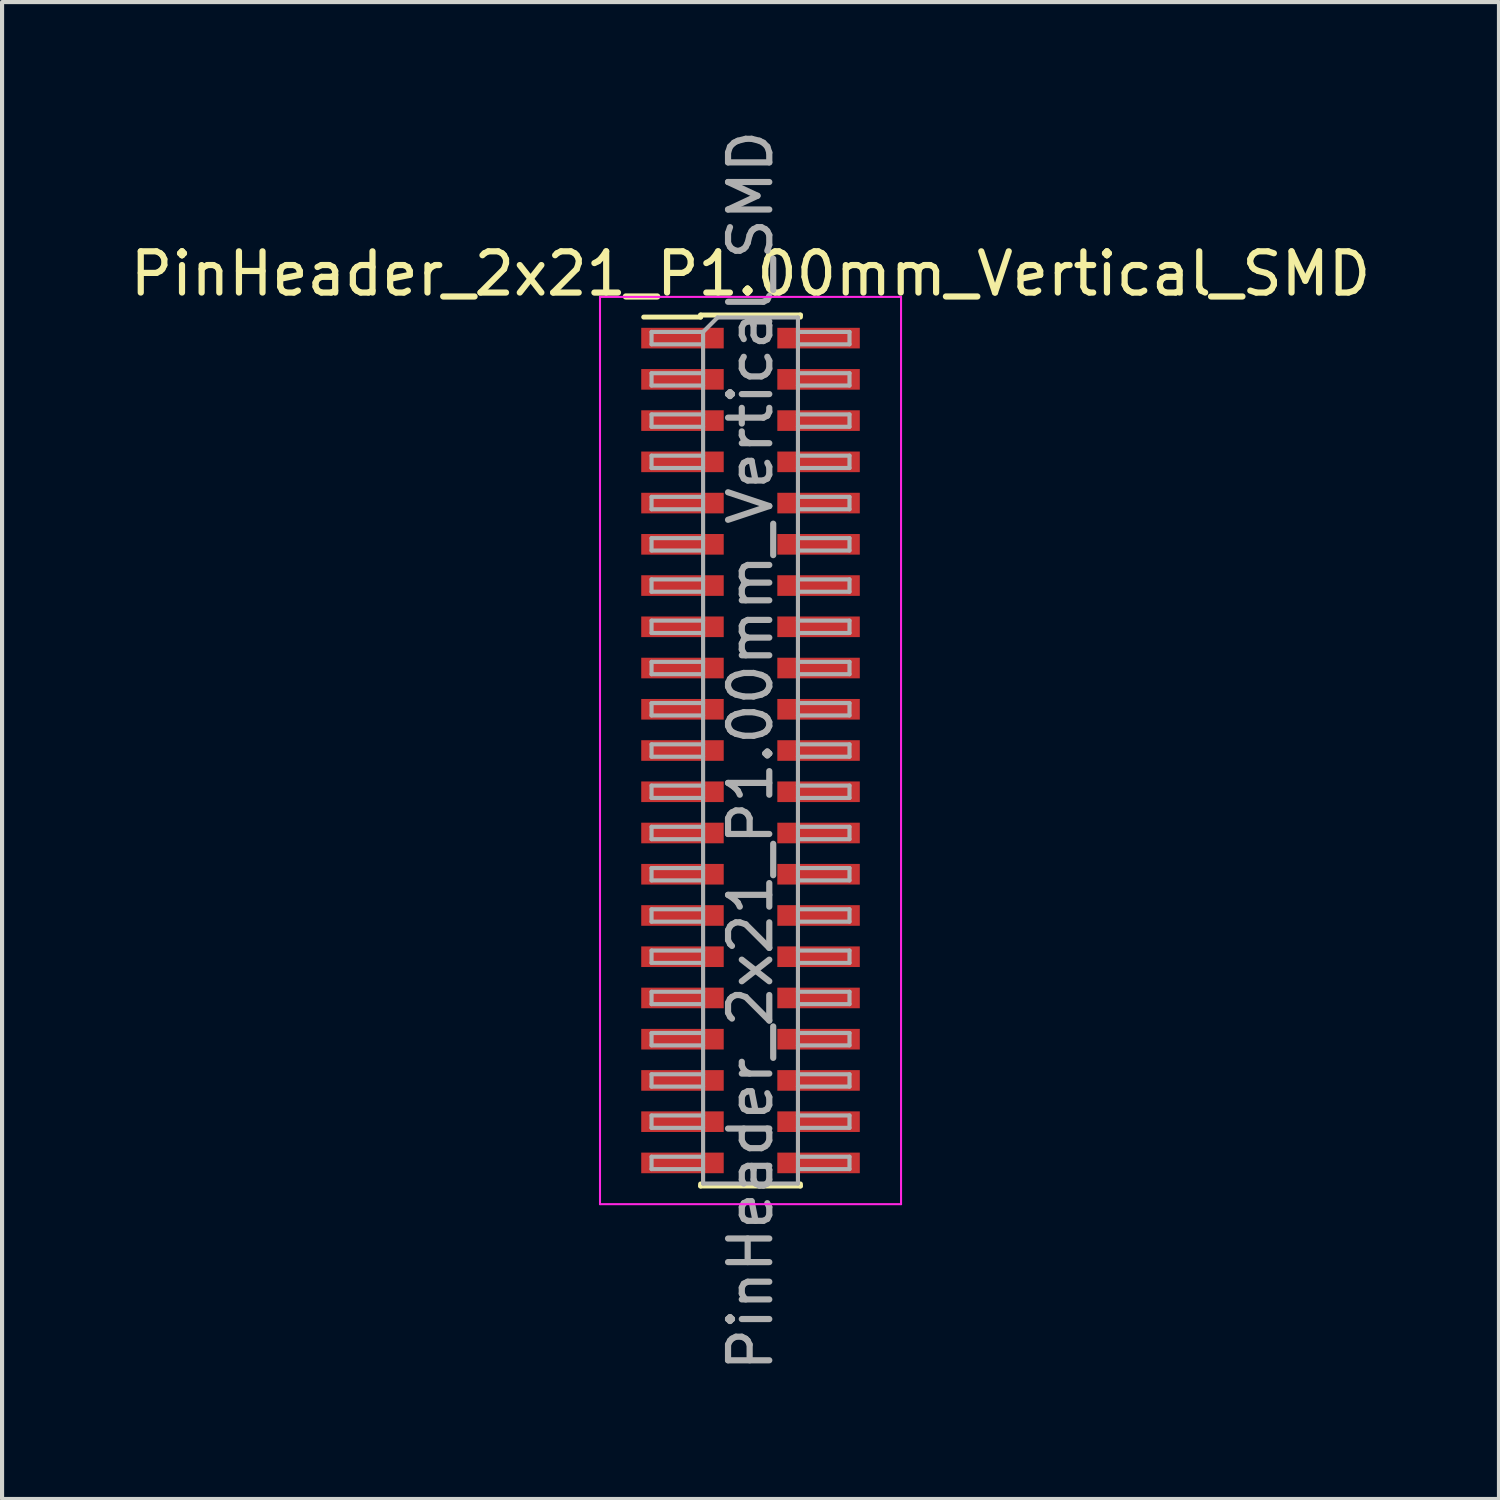
<source format=kicad_pcb>
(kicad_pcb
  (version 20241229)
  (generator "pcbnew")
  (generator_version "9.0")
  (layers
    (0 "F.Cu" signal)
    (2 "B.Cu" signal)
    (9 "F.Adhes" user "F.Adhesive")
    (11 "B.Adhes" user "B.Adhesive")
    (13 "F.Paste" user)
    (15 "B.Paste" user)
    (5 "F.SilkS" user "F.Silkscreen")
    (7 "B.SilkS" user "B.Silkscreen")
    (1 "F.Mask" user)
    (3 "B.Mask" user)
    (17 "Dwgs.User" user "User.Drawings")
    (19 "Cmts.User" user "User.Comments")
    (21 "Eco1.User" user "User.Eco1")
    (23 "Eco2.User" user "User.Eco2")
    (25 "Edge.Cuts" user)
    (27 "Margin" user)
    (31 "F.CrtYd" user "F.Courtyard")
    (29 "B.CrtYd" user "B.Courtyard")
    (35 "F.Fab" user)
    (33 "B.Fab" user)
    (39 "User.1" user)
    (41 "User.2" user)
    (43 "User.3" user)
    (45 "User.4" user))
  (footprint "PinHeader_2x21_P1.00mm_Vertical_SMD"
    (layer "F.Cu")
    (at 15.149 15.149)
    (property "Reference" "PinHeader_2x21_P1.00mm_Vertical_SMD" (at 0 -11.56 0) (layer "F.SilkS") (effects (font (size 1 1) (thickness 0.15))))
    (attr smd)
    (fp_line (start -2.59 -10.51) (end -1.21 -10.51) (stroke (width 0.12) (type solid)) (layer "F.SilkS"))
    (fp_line (start -1.21 -10.56) (end -1.21 -10.51) (stroke (width 0.12) (type solid)) (layer "F.SilkS"))
    (fp_line (start -1.21 -10.56) (end 1.21 -10.56) (stroke (width 0.12) (type solid)) (layer "F.SilkS"))
    (fp_line (start -1.21 10.51) (end -1.21 10.56) (stroke (width 0.12) (type solid)) (layer "F.SilkS"))
    (fp_line (start -1.21 10.56) (end 1.21 10.56) (stroke (width 0.12) (type solid)) (layer "F.SilkS"))
    (fp_line (start 1.21 -10.56) (end 1.21 -10.51) (stroke (width 0.12) (type solid)) (layer "F.SilkS"))
    (fp_line (start 1.21 10.51) (end 1.21 10.56) (stroke (width 0.12) (type solid)) (layer "F.SilkS"))
    (fp_line (start -3.65 -11) (end -3.65 11) (stroke (width 0.05) (type solid)) (layer "F.CrtYd"))
    (fp_line (start -3.65 11) (end 3.65 11) (stroke (width 0.05) (type solid)) (layer "F.CrtYd"))
    (fp_line (start 3.65 -11) (end -3.65 -11) (stroke (width 0.05) (type solid)) (layer "F.CrtYd"))
    (fp_line (start 3.65 11) (end 3.65 -11) (stroke (width 0.05) (type solid)) (layer "F.CrtYd"))
    (fp_line (start -2.4 -10.15) (end -2.4 -9.85) (stroke (width 0.1) (type solid)) (layer "F.Fab"))
    (fp_line (start -2.4 -9.85) (end -1.15 -9.85) (stroke (width 0.1) (type solid)) (layer "F.Fab"))
    (fp_line (start -2.4 -9.15) (end -2.4 -8.85) (stroke (width 0.1) (type solid)) (layer "F.Fab"))
    (fp_line (start -2.4 -8.85) (end -1.15 -8.85) (stroke (width 0.1) (type solid)) (layer "F.Fab"))
    (fp_line (start -2.4 -8.15) (end -2.4 -7.85) (stroke (width 0.1) (type solid)) (layer "F.Fab"))
    (fp_line (start -2.4 -7.85) (end -1.15 -7.85) (stroke (width 0.1) (type solid)) (layer "F.Fab"))
    (fp_line (start -2.4 -7.15) (end -2.4 -6.85) (stroke (width 0.1) (type solid)) (layer "F.Fab"))
    (fp_line (start -2.4 -6.85) (end -1.15 -6.85) (stroke (width 0.1) (type solid)) (layer "F.Fab"))
    (fp_line (start -2.4 -6.15) (end -2.4 -5.85) (stroke (width 0.1) (type solid)) (layer "F.Fab"))
    (fp_line (start -2.4 -5.85) (end -1.15 -5.85) (stroke (width 0.1) (type solid)) (layer "F.Fab"))
    (fp_line (start -2.4 -5.15) (end -2.4 -4.85) (stroke (width 0.1) (type solid)) (layer "F.Fab"))
    (fp_line (start -2.4 -4.85) (end -1.15 -4.85) (stroke (width 0.1) (type solid)) (layer "F.Fab"))
    (fp_line (start -2.4 -4.15) (end -2.4 -3.85) (stroke (width 0.1) (type solid)) (layer "F.Fab"))
    (fp_line (start -2.4 -3.85) (end -1.15 -3.85) (stroke (width 0.1) (type solid)) (layer "F.Fab"))
    (fp_line (start -2.4 -3.15) (end -2.4 -2.85) (stroke (width 0.1) (type solid)) (layer "F.Fab"))
    (fp_line (start -2.4 -2.85) (end -1.15 -2.85) (stroke (width 0.1) (type solid)) (layer "F.Fab"))
    (fp_line (start -2.4 -2.15) (end -2.4 -1.85) (stroke (width 0.1) (type solid)) (layer "F.Fab"))
    (fp_line (start -2.4 -1.85) (end -1.15 -1.85) (stroke (width 0.1) (type solid)) (layer "F.Fab"))
    (fp_line (start -2.4 -1.15) (end -2.4 -0.85) (stroke (width 0.1) (type solid)) (layer "F.Fab"))
    (fp_line (start -2.4 -0.85) (end -1.15 -0.85) (stroke (width 0.1) (type solid)) (layer "F.Fab"))
    (fp_line (start -2.4 -0.15) (end -2.4 0.15) (stroke (width 0.1) (type solid)) (layer "F.Fab"))
    (fp_line (start -2.4 0.15) (end -1.15 0.15) (stroke (width 0.1) (type solid)) (layer "F.Fab"))
    (fp_line (start -2.4 0.85) (end -2.4 1.15) (stroke (width 0.1) (type solid)) (layer "F.Fab"))
    (fp_line (start -2.4 1.15) (end -1.15 1.15) (stroke (width 0.1) (type solid)) (layer "F.Fab"))
    (fp_line (start -2.4 1.85) (end -2.4 2.15) (stroke (width 0.1) (type solid)) (layer "F.Fab"))
    (fp_line (start -2.4 2.15) (end -1.15 2.15) (stroke (width 0.1) (type solid)) (layer "F.Fab"))
    (fp_line (start -2.4 2.85) (end -2.4 3.15) (stroke (width 0.1) (type solid)) (layer "F.Fab"))
    (fp_line (start -2.4 3.15) (end -1.15 3.15) (stroke (width 0.1) (type solid)) (layer "F.Fab"))
    (fp_line (start -2.4 3.85) (end -2.4 4.15) (stroke (width 0.1) (type solid)) (layer "F.Fab"))
    (fp_line (start -2.4 4.15) (end -1.15 4.15) (stroke (width 0.1) (type solid)) (layer "F.Fab"))
    (fp_line (start -2.4 4.85) (end -2.4 5.15) (stroke (width 0.1) (type solid)) (layer "F.Fab"))
    (fp_line (start -2.4 5.15) (end -1.15 5.15) (stroke (width 0.1) (type solid)) (layer "F.Fab"))
    (fp_line (start -2.4 5.85) (end -2.4 6.15) (stroke (width 0.1) (type solid)) (layer "F.Fab"))
    (fp_line (start -2.4 6.15) (end -1.15 6.15) (stroke (width 0.1) (type solid)) (layer "F.Fab"))
    (fp_line (start -2.4 6.85) (end -2.4 7.15) (stroke (width 0.1) (type solid)) (layer "F.Fab"))
    (fp_line (start -2.4 7.15) (end -1.15 7.15) (stroke (width 0.1) (type solid)) (layer "F.Fab"))
    (fp_line (start -2.4 7.85) (end -2.4 8.15) (stroke (width 0.1) (type solid)) (layer "F.Fab"))
    (fp_line (start -2.4 8.15) (end -1.15 8.15) (stroke (width 0.1) (type solid)) (layer "F.Fab"))
    (fp_line (start -2.4 8.85) (end -2.4 9.15) (stroke (width 0.1) (type solid)) (layer "F.Fab"))
    (fp_line (start -2.4 9.15) (end -1.15 9.15) (stroke (width 0.1) (type solid)) (layer "F.Fab"))
    (fp_line (start -2.4 9.85) (end -2.4 10.15) (stroke (width 0.1) (type solid)) (layer "F.Fab"))
    (fp_line (start -2.4 10.15) (end -1.15 10.15) (stroke (width 0.1) (type solid)) (layer "F.Fab"))
    (fp_line (start -1.15 -10.15) (end -2.4 -10.15) (stroke (width 0.1) (type solid)) (layer "F.Fab"))
    (fp_line (start -1.15 -10.15) (end -0.8 -10.5) (stroke (width 0.1) (type solid)) (layer "F.Fab"))
    (fp_line (start -1.15 -9.15) (end -2.4 -9.15) (stroke (width 0.1) (type solid)) (layer "F.Fab"))
    (fp_line (start -1.15 -8.15) (end -2.4 -8.15) (stroke (width 0.1) (type solid)) (layer "F.Fab"))
    (fp_line (start -1.15 -7.15) (end -2.4 -7.15) (stroke (width 0.1) (type solid)) (layer "F.Fab"))
    (fp_line (start -1.15 -6.15) (end -2.4 -6.15) (stroke (width 0.1) (type solid)) (layer "F.Fab"))
    (fp_line (start -1.15 -5.15) (end -2.4 -5.15) (stroke (width 0.1) (type solid)) (layer "F.Fab"))
    (fp_line (start -1.15 -4.15) (end -2.4 -4.15) (stroke (width 0.1) (type solid)) (layer "F.Fab"))
    (fp_line (start -1.15 -3.15) (end -2.4 -3.15) (stroke (width 0.1) (type solid)) (layer "F.Fab"))
    (fp_line (start -1.15 -2.15) (end -2.4 -2.15) (stroke (width 0.1) (type solid)) (layer "F.Fab"))
    (fp_line (start -1.15 -1.15) (end -2.4 -1.15) (stroke (width 0.1) (type solid)) (layer "F.Fab"))
    (fp_line (start -1.15 -0.15) (end -2.4 -0.15) (stroke (width 0.1) (type solid)) (layer "F.Fab"))
    (fp_line (start -1.15 0.85) (end -2.4 0.85) (stroke (width 0.1) (type solid)) (layer "F.Fab"))
    (fp_line (start -1.15 1.85) (end -2.4 1.85) (stroke (width 0.1) (type solid)) (layer "F.Fab"))
    (fp_line (start -1.15 2.85) (end -2.4 2.85) (stroke (width 0.1) (type solid)) (layer "F.Fab"))
    (fp_line (start -1.15 3.85) (end -2.4 3.85) (stroke (width 0.1) (type solid)) (layer "F.Fab"))
    (fp_line (start -1.15 4.85) (end -2.4 4.85) (stroke (width 0.1) (type solid)) (layer "F.Fab"))
    (fp_line (start -1.15 5.85) (end -2.4 5.85) (stroke (width 0.1) (type solid)) (layer "F.Fab"))
    (fp_line (start -1.15 6.85) (end -2.4 6.85) (stroke (width 0.1) (type solid)) (layer "F.Fab"))
    (fp_line (start -1.15 7.85) (end -2.4 7.85) (stroke (width 0.1) (type solid)) (layer "F.Fab"))
    (fp_line (start -1.15 8.85) (end -2.4 8.85) (stroke (width 0.1) (type solid)) (layer "F.Fab"))
    (fp_line (start -1.15 9.85) (end -2.4 9.85) (stroke (width 0.1) (type solid)) (layer "F.Fab"))
    (fp_line (start -1.15 10.5) (end -1.15 -10.15) (stroke (width 0.1) (type solid)) (layer "F.Fab"))
    (fp_line (start -0.8 -10.5) (end 1.15 -10.5) (stroke (width 0.1) (type solid)) (layer "F.Fab"))
    (fp_line (start 1.15 -10.5) (end 1.15 10.5) (stroke (width 0.1) (type solid)) (layer "F.Fab"))
    (fp_line (start 1.15 -10.15) (end 2.4 -10.15) (stroke (width 0.1) (type solid)) (layer "F.Fab"))
    (fp_line (start 1.15 -9.15) (end 2.4 -9.15) (stroke (width 0.1) (type solid)) (layer "F.Fab"))
    (fp_line (start 1.15 -8.15) (end 2.4 -8.15) (stroke (width 0.1) (type solid)) (layer "F.Fab"))
    (fp_line (start 1.15 -7.15) (end 2.4 -7.15) (stroke (width 0.1) (type solid)) (layer "F.Fab"))
    (fp_line (start 1.15 -6.15) (end 2.4 -6.15) (stroke (width 0.1) (type solid)) (layer "F.Fab"))
    (fp_line (start 1.15 -5.15) (end 2.4 -5.15) (stroke (width 0.1) (type solid)) (layer "F.Fab"))
    (fp_line (start 1.15 -4.15) (end 2.4 -4.15) (stroke (width 0.1) (type solid)) (layer "F.Fab"))
    (fp_line (start 1.15 -3.15) (end 2.4 -3.15) (stroke (width 0.1) (type solid)) (layer "F.Fab"))
    (fp_line (start 1.15 -2.15) (end 2.4 -2.15) (stroke (width 0.1) (type solid)) (layer "F.Fab"))
    (fp_line (start 1.15 -1.15) (end 2.4 -1.15) (stroke (width 0.1) (type solid)) (layer "F.Fab"))
    (fp_line (start 1.15 -0.15) (end 2.4 -0.15) (stroke (width 0.1) (type solid)) (layer "F.Fab"))
    (fp_line (start 1.15 0.85) (end 2.4 0.85) (stroke (width 0.1) (type solid)) (layer "F.Fab"))
    (fp_line (start 1.15 1.85) (end 2.4 1.85) (stroke (width 0.1) (type solid)) (layer "F.Fab"))
    (fp_line (start 1.15 2.85) (end 2.4 2.85) (stroke (width 0.1) (type solid)) (layer "F.Fab"))
    (fp_line (start 1.15 3.85) (end 2.4 3.85) (stroke (width 0.1) (type solid)) (layer "F.Fab"))
    (fp_line (start 1.15 4.85) (end 2.4 4.85) (stroke (width 0.1) (type solid)) (layer "F.Fab"))
    (fp_line (start 1.15 5.85) (end 2.4 5.85) (stroke (width 0.1) (type solid)) (layer "F.Fab"))
    (fp_line (start 1.15 6.85) (end 2.4 6.85) (stroke (width 0.1) (type solid)) (layer "F.Fab"))
    (fp_line (start 1.15 7.85) (end 2.4 7.85) (stroke (width 0.1) (type solid)) (layer "F.Fab"))
    (fp_line (start 1.15 8.85) (end 2.4 8.85) (stroke (width 0.1) (type solid)) (layer "F.Fab"))
    (fp_line (start 1.15 9.85) (end 2.4 9.85) (stroke (width 0.1) (type solid)) (layer "F.Fab"))
    (fp_line (start 1.15 10.5) (end -1.15 10.5) (stroke (width 0.1) (type solid)) (layer "F.Fab"))
    (fp_line (start 2.4 -10.15) (end 2.4 -9.85) (stroke (width 0.1) (type solid)) (layer "F.Fab"))
    (fp_line (start 2.4 -9.85) (end 1.15 -9.85) (stroke (width 0.1) (type solid)) (layer "F.Fab"))
    (fp_line (start 2.4 -9.15) (end 2.4 -8.85) (stroke (width 0.1) (type solid)) (layer "F.Fab"))
    (fp_line (start 2.4 -8.85) (end 1.15 -8.85) (stroke (width 0.1) (type solid)) (layer "F.Fab"))
    (fp_line (start 2.4 -8.15) (end 2.4 -7.85) (stroke (width 0.1) (type solid)) (layer "F.Fab"))
    (fp_line (start 2.4 -7.85) (end 1.15 -7.85) (stroke (width 0.1) (type solid)) (layer "F.Fab"))
    (fp_line (start 2.4 -7.15) (end 2.4 -6.85) (stroke (width 0.1) (type solid)) (layer "F.Fab"))
    (fp_line (start 2.4 -6.85) (end 1.15 -6.85) (stroke (width 0.1) (type solid)) (layer "F.Fab"))
    (fp_line (start 2.4 -6.15) (end 2.4 -5.85) (stroke (width 0.1) (type solid)) (layer "F.Fab"))
    (fp_line (start 2.4 -5.85) (end 1.15 -5.85) (stroke (width 0.1) (type solid)) (layer "F.Fab"))
    (fp_line (start 2.4 -5.15) (end 2.4 -4.85) (stroke (width 0.1) (type solid)) (layer "F.Fab"))
    (fp_line (start 2.4 -4.85) (end 1.15 -4.85) (stroke (width 0.1) (type solid)) (layer "F.Fab"))
    (fp_line (start 2.4 -4.15) (end 2.4 -3.85) (stroke (width 0.1) (type solid)) (layer "F.Fab"))
    (fp_line (start 2.4 -3.85) (end 1.15 -3.85) (stroke (width 0.1) (type solid)) (layer "F.Fab"))
    (fp_line (start 2.4 -3.15) (end 2.4 -2.85) (stroke (width 0.1) (type solid)) (layer "F.Fab"))
    (fp_line (start 2.4 -2.85) (end 1.15 -2.85) (stroke (width 0.1) (type solid)) (layer "F.Fab"))
    (fp_line (start 2.4 -2.15) (end 2.4 -1.85) (stroke (width 0.1) (type solid)) (layer "F.Fab"))
    (fp_line (start 2.4 -1.85) (end 1.15 -1.85) (stroke (width 0.1) (type solid)) (layer "F.Fab"))
    (fp_line (start 2.4 -1.15) (end 2.4 -0.85) (stroke (width 0.1) (type solid)) (layer "F.Fab"))
    (fp_line (start 2.4 -0.85) (end 1.15 -0.85) (stroke (width 0.1) (type solid)) (layer "F.Fab"))
    (fp_line (start 2.4 -0.15) (end 2.4 0.15) (stroke (width 0.1) (type solid)) (layer "F.Fab"))
    (fp_line (start 2.4 0.15) (end 1.15 0.15) (stroke (width 0.1) (type solid)) (layer "F.Fab"))
    (fp_line (start 2.4 0.85) (end 2.4 1.15) (stroke (width 0.1) (type solid)) (layer "F.Fab"))
    (fp_line (start 2.4 1.15) (end 1.15 1.15) (stroke (width 0.1) (type solid)) (layer "F.Fab"))
    (fp_line (start 2.4 1.85) (end 2.4 2.15) (stroke (width 0.1) (type solid)) (layer "F.Fab"))
    (fp_line (start 2.4 2.15) (end 1.15 2.15) (stroke (width 0.1) (type solid)) (layer "F.Fab"))
    (fp_line (start 2.4 2.85) (end 2.4 3.15) (stroke (width 0.1) (type solid)) (layer "F.Fab"))
    (fp_line (start 2.4 3.15) (end 1.15 3.15) (stroke (width 0.1) (type solid)) (layer "F.Fab"))
    (fp_line (start 2.4 3.85) (end 2.4 4.15) (stroke (width 0.1) (type solid)) (layer "F.Fab"))
    (fp_line (start 2.4 4.15) (end 1.15 4.15) (stroke (width 0.1) (type solid)) (layer "F.Fab"))
    (fp_line (start 2.4 4.85) (end 2.4 5.15) (stroke (width 0.1) (type solid)) (layer "F.Fab"))
    (fp_line (start 2.4 5.15) (end 1.15 5.15) (stroke (width 0.1) (type solid)) (layer "F.Fab"))
    (fp_line (start 2.4 5.85) (end 2.4 6.15) (stroke (width 0.1) (type solid)) (layer "F.Fab"))
    (fp_line (start 2.4 6.15) (end 1.15 6.15) (stroke (width 0.1) (type solid)) (layer "F.Fab"))
    (fp_line (start 2.4 6.85) (end 2.4 7.15) (stroke (width 0.1) (type solid)) (layer "F.Fab"))
    (fp_line (start 2.4 7.15) (end 1.15 7.15) (stroke (width 0.1) (type solid)) (layer "F.Fab"))
    (fp_line (start 2.4 7.85) (end 2.4 8.15) (stroke (width 0.1) (type solid)) (layer "F.Fab"))
    (fp_line (start 2.4 8.15) (end 1.15 8.15) (stroke (width 0.1) (type solid)) (layer "F.Fab"))
    (fp_line (start 2.4 8.85) (end 2.4 9.15) (stroke (width 0.1) (type solid)) (layer "F.Fab"))
    (fp_line (start 2.4 9.15) (end 1.15 9.15) (stroke (width 0.1) (type solid)) (layer "F.Fab"))
    (fp_line (start 2.4 9.85) (end 2.4 10.15) (stroke (width 0.1) (type solid)) (layer "F.Fab"))
    (fp_line (start 2.4 10.15) (end 1.15 10.15) (stroke (width 0.1) (type solid)) (layer "F.Fab"))
    (fp_text user "${REFERENCE}" (at 0 0 90) (layer "F.Fab") (effects (font (size 1 1) (thickness 0.15))))
    (pad "1" smd rect (at -1.65 -10) (size 2 0.5) (layers "F.Cu" "F.Mask" "F.Paste"))
    (pad "2" smd rect (at 1.65 -10) (size 2 0.5) (layers "F.Cu" "F.Mask" "F.Paste"))
    (pad "3" smd rect (at -1.65 -9) (size 2 0.5) (layers "F.Cu" "F.Mask" "F.Paste"))
    (pad "4" smd rect (at 1.65 -9) (size 2 0.5) (layers "F.Cu" "F.Mask" "F.Paste"))
    (pad "5" smd rect (at -1.65 -8) (size 2 0.5) (layers "F.Cu" "F.Mask" "F.Paste"))
    (pad "6" smd rect (at 1.65 -8) (size 2 0.5) (layers "F.Cu" "F.Mask" "F.Paste"))
    (pad "7" smd rect (at -1.65 -7) (size 2 0.5) (layers "F.Cu" "F.Mask" "F.Paste"))
    (pad "8" smd rect (at 1.65 -7) (size 2 0.5) (layers "F.Cu" "F.Mask" "F.Paste"))
    (pad "9" smd rect (at -1.65 -6) (size 2 0.5) (layers "F.Cu" "F.Mask" "F.Paste"))
    (pad "10" smd rect (at 1.65 -6) (size 2 0.5) (layers "F.Cu" "F.Mask" "F.Paste"))
    (pad "11" smd rect (at -1.65 -5) (size 2 0.5) (layers "F.Cu" "F.Mask" "F.Paste"))
    (pad "12" smd rect (at 1.65 -5) (size 2 0.5) (layers "F.Cu" "F.Mask" "F.Paste"))
    (pad "13" smd rect (at -1.65 -4) (size 2 0.5) (layers "F.Cu" "F.Mask" "F.Paste"))
    (pad "14" smd rect (at 1.65 -4) (size 2 0.5) (layers "F.Cu" "F.Mask" "F.Paste"))
    (pad "15" smd rect (at -1.65 -3) (size 2 0.5) (layers "F.Cu" "F.Mask" "F.Paste"))
    (pad "16" smd rect (at 1.65 -3) (size 2 0.5) (layers "F.Cu" "F.Mask" "F.Paste"))
    (pad "17" smd rect (at -1.65 -2) (size 2 0.5) (layers "F.Cu" "F.Mask" "F.Paste"))
    (pad "18" smd rect (at 1.65 -2) (size 2 0.5) (layers "F.Cu" "F.Mask" "F.Paste"))
    (pad "19" smd rect (at -1.65 -1) (size 2 0.5) (layers "F.Cu" "F.Mask" "F.Paste"))
    (pad "20" smd rect (at 1.65 -1) (size 2 0.5) (layers "F.Cu" "F.Mask" "F.Paste"))
    (pad "21" smd rect (at -1.65 0) (size 2 0.5) (layers "F.Cu" "F.Mask" "F.Paste"))
    (pad "22" smd rect (at 1.65 0) (size 2 0.5) (layers "F.Cu" "F.Mask" "F.Paste"))
    (pad "23" smd rect (at -1.65 1) (size 2 0.5) (layers "F.Cu" "F.Mask" "F.Paste"))
    (pad "24" smd rect (at 1.65 1) (size 2 0.5) (layers "F.Cu" "F.Mask" "F.Paste"))
    (pad "25" smd rect (at -1.65 2) (size 2 0.5) (layers "F.Cu" "F.Mask" "F.Paste"))
    (pad "26" smd rect (at 1.65 2) (size 2 0.5) (layers "F.Cu" "F.Mask" "F.Paste"))
    (pad "27" smd rect (at -1.65 3) (size 2 0.5) (layers "F.Cu" "F.Mask" "F.Paste"))
    (pad "28" smd rect (at 1.65 3) (size 2 0.5) (layers "F.Cu" "F.Mask" "F.Paste"))
    (pad "29" smd rect (at -1.65 4) (size 2 0.5) (layers "F.Cu" "F.Mask" "F.Paste"))
    (pad "30" smd rect (at 1.65 4) (size 2 0.5) (layers "F.Cu" "F.Mask" "F.Paste"))
    (pad "31" smd rect (at -1.65 5) (size 2 0.5) (layers "F.Cu" "F.Mask" "F.Paste"))
    (pad "32" smd rect (at 1.65 5) (size 2 0.5) (layers "F.Cu" "F.Mask" "F.Paste"))
    (pad "33" smd rect (at -1.65 6) (size 2 0.5) (layers "F.Cu" "F.Mask" "F.Paste"))
    (pad "34" smd rect (at 1.65 6) (size 2 0.5) (layers "F.Cu" "F.Mask" "F.Paste"))
    (pad "35" smd rect (at -1.65 7) (size 2 0.5) (layers "F.Cu" "F.Mask" "F.Paste"))
    (pad "36" smd rect (at 1.65 7) (size 2 0.5) (layers "F.Cu" "F.Mask" "F.Paste"))
    (pad "37" smd rect (at -1.65 8) (size 2 0.5) (layers "F.Cu" "F.Mask" "F.Paste"))
    (pad "38" smd rect (at 1.65 8) (size 2 0.5) (layers "F.Cu" "F.Mask" "F.Paste"))
    (pad "39" smd rect (at -1.65 9) (size 2 0.5) (layers "F.Cu" "F.Mask" "F.Paste"))
    (pad "40" smd rect (at 1.65 9) (size 2 0.5) (layers "F.Cu" "F.Mask" "F.Paste"))
    (pad "41" smd rect (at -1.65 10) (size 2 0.5) (layers "F.Cu" "F.Mask" "F.Paste"))
    (pad "42" smd rect (at 1.65 10) (size 2 0.5) (layers "F.Cu" "F.Mask" "F.Paste")))
  (gr_rect
    (start -3 -3)
    (end 33.298 33.298)
    (stroke (width 0.1) (type default))
    (fill no)
    (layer "Edge.Cuts")))
</source>
